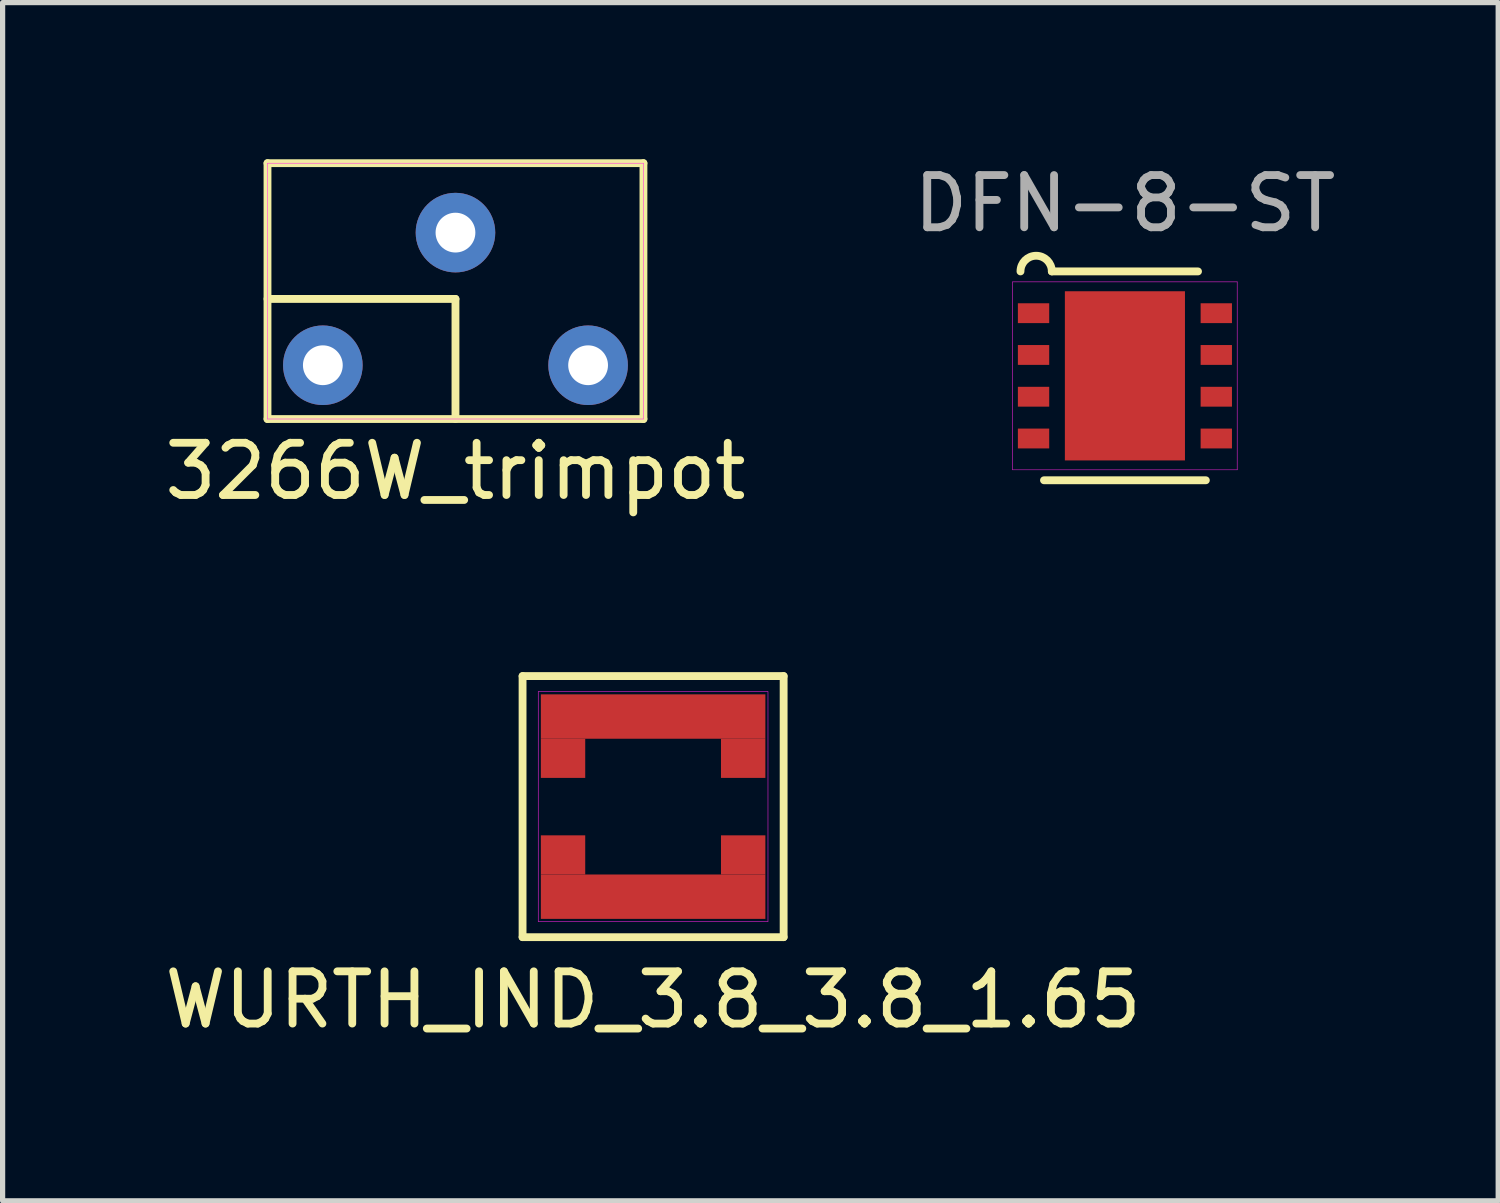
<source format=kicad_pcb>
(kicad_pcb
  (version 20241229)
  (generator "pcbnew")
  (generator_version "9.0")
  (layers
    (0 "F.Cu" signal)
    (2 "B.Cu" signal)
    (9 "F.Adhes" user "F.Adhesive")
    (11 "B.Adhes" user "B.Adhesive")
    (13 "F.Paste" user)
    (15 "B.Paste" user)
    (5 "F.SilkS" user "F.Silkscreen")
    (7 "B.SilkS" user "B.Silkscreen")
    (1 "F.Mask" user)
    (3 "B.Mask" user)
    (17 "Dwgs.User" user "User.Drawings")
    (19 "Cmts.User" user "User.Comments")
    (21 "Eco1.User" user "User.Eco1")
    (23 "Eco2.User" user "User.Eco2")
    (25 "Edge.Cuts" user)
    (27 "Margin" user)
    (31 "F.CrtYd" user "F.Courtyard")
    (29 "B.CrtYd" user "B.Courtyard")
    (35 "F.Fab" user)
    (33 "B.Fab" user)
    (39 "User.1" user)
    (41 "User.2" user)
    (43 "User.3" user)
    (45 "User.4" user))
  (footprint "WURTH_IND_3.8_3.8_1.65"
    (layer "F.Cu")
    (at 9.458 12.398)
    (property "Reference" "WURTH_IND_3.8_3.8_1.65" (at 0 3.7 0) (layer "F.SilkS") (effects (font (size 1 1) (thickness 0.15))))
    (attr through_hole)
    (fp_line (start -2.5 -2.5) (end -2.5 2.5) (stroke (width 0.15) (type solid)) (layer "F.SilkS"))
    (fp_line (start -2.5 2.5) (end 2.5 2.5) (stroke (width 0.15) (type solid)) (layer "F.SilkS"))
    (fp_line (start 2.5 -2.5) (end -2.5 -2.5) (stroke (width 0.15) (type solid)) (layer "F.SilkS"))
    (fp_line (start 2.5 2.5) (end 2.5 -2.5) (stroke (width 0.15) (type solid)) (layer "F.SilkS"))
    (fp_line (start -2.2 -2.2) (end -2.2 2.2) (stroke (width 0.01) (type solid)) (layer "F.CrtYd"))
    (fp_line (start -2.2 2.2) (end 2.2 2.2) (stroke (width 0.01) (type solid)) (layer "F.CrtYd"))
    (fp_line (start 2.2 -2.2) (end -2.2 -2.2) (stroke (width 0.01) (type solid)) (layer "F.CrtYd"))
    (fp_line (start 2.2 2.2) (end 2.2 -2.2) (stroke (width 0.01) (type solid)) (layer "F.CrtYd"))
    (pad "1" smd rect (at -1.725 -0.925) (size 0.85 0.75) (layers "F.Cu" "F.Mask" "F.Paste"))
    (pad "1" smd rect (at 0 -1.725) (size 4.3 0.85) (layers "F.Cu" "F.Mask" "F.Paste"))
    (pad "1" smd rect (at 1.725 -0.925) (size 0.85 0.75) (layers "F.Cu" "F.Mask" "F.Paste"))
    (pad "2" smd rect (at -1.725 0.925) (size 0.85 0.75) (layers "F.Cu" "F.Mask" "F.Paste"))
    (pad "2" smd rect (at 0 1.725) (size 4.3 0.85) (layers "F.Cu" "F.Mask" "F.Paste"))
    (pad "2" smd rect (at 1.725 0.925) (size 0.85 0.75) (layers "F.Cu" "F.Mask" "F.Paste")))
  (footprint "DFN-8-ST"
    (layer "F.Cu")
    (at 18.494 4.148)
    (property "Reference" "DFN-8-ST" (at 0 -3.3 0) (layer "F.Fab") (effects (font (size 1 1) (thickness 0.15))))
    (attr through_hole)
    (fp_line (start -1.55 2) (end 1.55 2) (stroke (width 0.15) (type solid)) (layer "F.SilkS"))
    (fp_line (start -1.4 -2) (end 1.4 -2) (stroke (width 0.15) (type solid)) (layer "F.SilkS"))
    (fp_arc (start -2 -2) (mid -1.7 -2.3) (end -1.4 -2) (stroke (width 0.15) (type solid)) (layer "F.SilkS"))
    (fp_line (start -2.15 -1.8) (end 2.15 -1.8) (stroke (width 0.01) (type solid)) (layer "F.CrtYd"))
    (fp_line (start -2.15 1.8) (end -2.15 -1.8) (stroke (width 0.01) (type solid)) (layer "F.CrtYd"))
    (fp_line (start 2.15 -1.8) (end 2.15 1.8) (stroke (width 0.01) (type solid)) (layer "F.CrtYd"))
    (fp_line (start 2.15 1.8) (end -2.15 1.8) (stroke (width 0.01) (type solid)) (layer "F.CrtYd"))
    (pad "" smd rect (at 0 -0.6) (size 0.8 0.8) (layers "F.Mask"))
    (pad "" smd rect (at 0 -0.6) (size 0.8 0.8) (layers "F.Paste"))
    (pad "" smd rect (at 0 0.6) (size 0.8 0.8) (layers "F.Mask"))
    (pad "" smd rect (at 0 0.6) (size 0.8 0.8) (layers "F.Paste"))
    (pad "1" smd rect (at -1.75 -1.2) (size 0.6 0.38) (layers "F.Cu" "F.Mask" "F.Paste"))
    (pad "2" smd rect (at -1.75 -0.4) (size 0.6 0.38) (layers "F.Cu" "F.Mask" "F.Paste"))
    (pad "3" smd rect (at -1.75 0.4) (size 0.6 0.38) (layers "F.Cu" "F.Mask" "F.Paste"))
    (pad "4" smd rect (at -1.75 1.2) (size 0.6 0.38) (layers "F.Cu" "F.Mask" "F.Paste"))
    (pad "5" smd rect (at 1.75 1.2) (size 0.6 0.38) (layers "F.Cu" "F.Mask" "F.Paste"))
    (pad "6" smd rect (at 1.75 0.4) (size 0.6 0.38) (layers "F.Cu" "F.Mask" "F.Paste"))
    (pad "7" smd rect (at 1.75 -0.4) (size 0.6 0.38) (layers "F.Cu" "F.Mask" "F.Paste"))
    (pad "8" smd rect (at 1.75 -1.2) (size 0.6 0.38) (layers "F.Cu" "F.Mask" "F.Paste"))
    (pad "EP" smd rect (at 0 0) (size 2.3 3.24) (layers "F.Cu")))
  (footprint "3266W_trimpot"
    (layer "F.Cu")
    (at 5.673 2.675)
    (property "Reference" "3266W_trimpot" (at 0 3.3 0) (layer "F.SilkS") (effects (font (size 1 1) (thickness 0.15))))
    (attr through_hole)
    (fp_line (start -3.6 -2.6) (end -3.6 2.3) (stroke (width 0.15) (type solid)) (layer "F.SilkS"))
    (fp_line (start -3.6 -2.6) (end 3.6 -2.6) (stroke (width 0.15) (type solid)) (layer "F.SilkS"))
    (fp_line (start -3.6 0) (end 0 0) (stroke (width 0.15) (type solid)) (layer "F.SilkS"))
    (fp_line (start 0 0) (end 0 2.3) (stroke (width 0.15) (type solid)) (layer "F.SilkS"))
    (fp_line (start 3.6 2.3) (end -3.6 2.3) (stroke (width 0.15) (type solid)) (layer "F.SilkS"))
    (fp_line (start 3.6 2.3) (end 3.6 -2.6) (stroke (width 0.15) (type solid)) (layer "F.SilkS"))
    (fp_line (start -3.6 -2.6) (end 3.6 -2.6) (stroke (width 0.01) (type solid)) (layer "F.CrtYd"))
    (fp_line (start -3.6 2.3) (end -3.6 -2.6) (stroke (width 0.01) (type solid)) (layer "F.CrtYd"))
    (fp_line (start 3.6 -2.6) (end 3.6 2.3) (stroke (width 0.01) (type solid)) (layer "F.CrtYd"))
    (fp_line (start 3.6 2.3) (end -3.6 2.3) (stroke (width 0.01) (type solid)) (layer "F.CrtYd"))
    (pad "1" thru_hole circle (at -2.54 1.27) (size 1.524 1.524) (drill 0.762) (layers "*.Cu" "*.Mask"))
    (pad "2" thru_hole circle (at 0 -1.27) (size 1.524 1.524) (drill 0.762) (layers "*.Cu" "*.Mask"))
    (pad "3" thru_hole circle (at 2.54 1.27) (size 1.524 1.524) (drill 0.762) (layers "*.Cu" "*.Mask")))
  (gr_rect
    (start -3 -3)
    (end 25.643 19.947)
    (stroke (width 0.1) (type default))
    (fill no)
    (layer "Edge.Cuts")))
</source>
